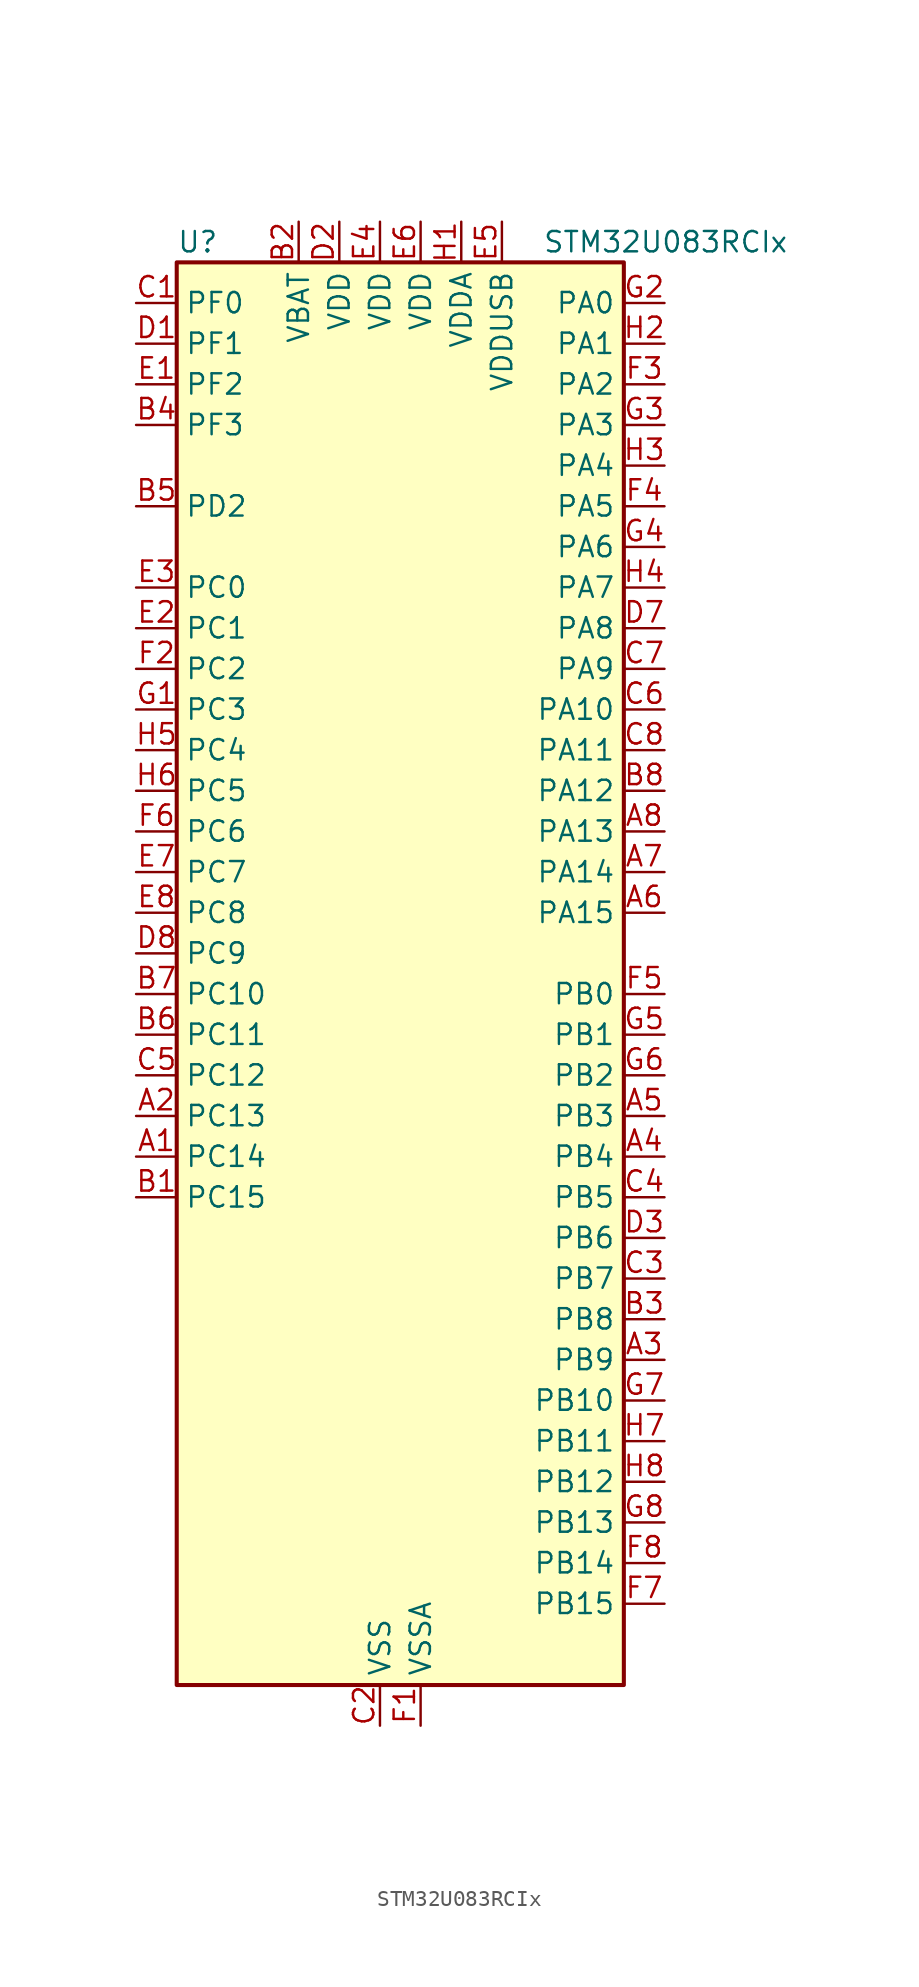
<source format=kicad_sym>
(kicad_symbol_lib
  (version 20231120)
  (generator "kicad_symbol_editor")
  (generator_version "8.99")
  (symbol "STM32U083RCIx"
    (property "Reference" "U"
      (at -12.7 46.99 0)
      (effects (font (size 1.27 1.27)) (justify left)))
    (property "Value" "STM32U083RCIx"
      (at 10.16 46.99 0)
      (effects (font (size 1.27 1.27)) (justify left)))
    (property "ki_locked" ""
      (at 0 0 0)
      (effects (font (size 1.27 1.27))))
    (symbol "STM32U083RCIx_0_1"
      (rectangle (start -12.7 -43.18) (end 15.24 45.72) (stroke (width 0.254) (type default)) (fill (type background))))
    (symbol "STM32U083RCIx_1_1"
      (pin bidirectional line (at -15.24 -10.16 0) (length 2.54) (name "PC14" (effects (font (size 1.27 1.27)))) (number "A1" (effects (font (size 1.27 1.27)))) (alternate "RCC_OSC32_IN" bidirectional line))
      (pin bidirectional line (at -15.24 -7.62 0) (length 2.54) (name "PC13" (effects (font (size 1.27 1.27)))) (number "A2" (effects (font (size 1.27 1.27)))) (alternate "LPTIM1_CH3" bidirectional line) (alternate "LPTIM3_CH3" bidirectional line) (alternate "PWR_WKUP2" bidirectional line) (alternate "RTC_OUT1" bidirectional line) (alternate "RTC_TS" bidirectional line) (alternate "TAMP_IN1" bidirectional line))
      (pin bidirectional line (at 17.78 -22.86 180) (length 2.54) (name "PB9" (effects (font (size 1.27 1.27)))) (number "A3" (effects (font (size 1.27 1.27)))) (alternate "DAC1_EXTI9" bidirectional line) (alternate "I2C1_SDA" bidirectional line) (alternate "I2C2_SDA" bidirectional line) (alternate "IR_OUT" bidirectional line) (alternate "LCD_COM3" bidirectional line) (alternate "LPTIM1_CH4" bidirectional line) (alternate "LPTIM3_CH4" bidirectional line) (alternate "SPI2_NSS" bidirectional line) (alternate "USART3_RX" bidirectional line))
      (pin bidirectional line (at 17.78 -10.16 180) (length 2.54) (name "PB4" (effects (font (size 1.27 1.27)))) (number "A4" (effects (font (size 1.27 1.27)))) (alternate "COMP2_INP" bidirectional line) (alternate "I2C2_SDA" bidirectional line) (alternate "I2C3_SDA" bidirectional line) (alternate "LCD_SEG8" bidirectional line) (alternate "LPTIM1_CH4" bidirectional line) (alternate "LPUART3_DE" bidirectional line) (alternate "LPUART3_RTS" bidirectional line) (alternate "SPI1_MISO" bidirectional line) (alternate "SPI3_MISO" bidirectional line) (alternate "TIM3_CH1" bidirectional line) (alternate "TSC_G2_IO1" bidirectional line) (alternate "USART1_CTS" bidirectional line))
      (pin bidirectional line (at 17.78 -7.62 180) (length 2.54) (name "PB3" (effects (font (size 1.27 1.27)))) (number "A5" (effects (font (size 1.27 1.27)))) (alternate "COMP2_INM" bidirectional line) (alternate "DEBUG_JTDO-SWO" bidirectional line) (alternate "I2C2_SCL" bidirectional line) (alternate "I2C3_SCL" bidirectional line) (alternate "LCD_SEG7" bidirectional line) (alternate "LPTIM1_CH3" bidirectional line) (alternate "SPI1_SCK" bidirectional line) (alternate "SPI3_SCK" bidirectional line) (alternate "TIM2_CH2" bidirectional line) (alternate "USART1_DE" bidirectional line) (alternate "USART1_RTS" bidirectional line))
      (pin bidirectional line (at 17.78 5.08 180) (length 2.54) (name "PA15" (effects (font (size 1.27 1.27)))) (number "A6" (effects (font (size 1.27 1.27)))) (alternate "DEBUG_JTDI" bidirectional line) (alternate "LCD_SEG17" bidirectional line) (alternate "LPTIM3_CH3" bidirectional line) (alternate "LPTIM3_IN2" bidirectional line) (alternate "SPI1_NSS" bidirectional line) (alternate "SPI3_NSS" bidirectional line) (alternate "TIM2_CH1" bidirectional line) (alternate "TIM2_ETR" bidirectional line) (alternate "TSC_G3_IO1" bidirectional line) (alternate "USART2_RX" bidirectional line) (alternate "USART3_DE" bidirectional line) (alternate "USART3_RTS" bidirectional line) (alternate "USART4_DE" bidirectional line) (alternate "USART4_RTS" bidirectional line))
      (pin bidirectional line (at 17.78 7.62 180) (length 2.54) (name "PA14" (effects (font (size 1.27 1.27)))) (number "A7" (effects (font (size 1.27 1.27)))) (alternate "DEBUG_JTCK-SWCLK" bidirectional line) (alternate "LCD_SEG41" bidirectional line) (alternate "LPTIM1_CH1" bidirectional line) (alternate "TSC_G3_IO4" bidirectional line))
      (pin bidirectional line (at 17.78 10.16 180) (length 2.54) (name "PA13" (effects (font (size 1.27 1.27)))) (number "A8" (effects (font (size 1.27 1.27)))) (alternate "DEBUG_JTMS-SWDIO" bidirectional line) (alternate "IR_OUT" bidirectional line) (alternate "LCD_SEG40" bidirectional line) (alternate "TSC_G7_IO4" bidirectional line) (alternate "USB_NOE" bidirectional line))
      (pin bidirectional line (at -15.24 -12.7 0) (length 2.54) (name "PC15" (effects (font (size 1.27 1.27)))) (number "B1" (effects (font (size 1.27 1.27)))) (alternate "RCC_OSC32_EN" bidirectional line) (alternate "RCC_OSC32_OUT" bidirectional line) (alternate "RCC_OSC_EN" bidirectional line))
      (pin power_in line (at -5.08 48.26 270) (length 2.54) (name "VBAT" (effects (font (size 1.27 1.27)))) (number "B2" (effects (font (size 1.27 1.27)))))
      (pin bidirectional line (at 17.78 -20.32 180) (length 2.54) (name "PB8" (effects (font (size 1.27 1.27)))) (number "B3" (effects (font (size 1.27 1.27)))) (alternate "I2C1_SCL" bidirectional line) (alternate "I2C2_SCL" bidirectional line) (alternate "LCD_SEG16" bidirectional line) (alternate "LPTIM1_IN2" bidirectional line) (alternate "LPTIM3_IN2" bidirectional line) (alternate "TIM16_CH1" bidirectional line) (alternate "USART3_TX" bidirectional line))
      (pin bidirectional line (at -15.24 35.56 0) (length 2.54) (name "PF3" (effects (font (size 1.27 1.27)))) (number "B4" (effects (font (size 1.27 1.27)))))
      (pin bidirectional line (at -15.24 30.48 0) (length 2.54) (name "PD2" (effects (font (size 1.27 1.27)))) (number "B5" (effects (font (size 1.27 1.27)))) (alternate "LCD_COM7" bidirectional line) (alternate "LCD_SEG31" bidirectional line) (alternate "LCD_SEG51" bidirectional line) (alternate "TIM3_ETR" bidirectional line) (alternate "TSC_SYNC" bidirectional line) (alternate "USART3_DE" bidirectional line) (alternate "USART3_RTS" bidirectional line))
      (pin bidirectional line (at -15.24 -2.54 0) (length 2.54) (name "PC11" (effects (font (size 1.27 1.27)))) (number "B6" (effects (font (size 1.27 1.27)))) (alternate "ADC1_EXTI11" bidirectional line) (alternate "LCD_COM5" bidirectional line) (alternate "LCD_SEG29" bidirectional line) (alternate "LCD_SEG49" bidirectional line) (alternate "LPTIM3_IN1" bidirectional line) (alternate "SPI3_MISO" bidirectional line) (alternate "TSC_G3_IO3" bidirectional line) (alternate "USART3_RX" bidirectional line) (alternate "USART4_RX" bidirectional line))
      (pin bidirectional line (at -15.24 0 0) (length 2.54) (name "PC10" (effects (font (size 1.27 1.27)))) (number "B7" (effects (font (size 1.27 1.27)))) (alternate "LCD_COM4" bidirectional line) (alternate "LCD_SEG28" bidirectional line) (alternate "LCD_SEG48" bidirectional line) (alternate "LPTIM3_ETR" bidirectional line) (alternate "SPI3_SCK" bidirectional line) (alternate "TSC_G3_IO2" bidirectional line) (alternate "USART3_TX" bidirectional line) (alternate "USART4_TX" bidirectional line))
      (pin bidirectional line (at 17.78 12.7 180) (length 2.54) (name "PA12" (effects (font (size 1.27 1.27)))) (number "B8" (effects (font (size 1.27 1.27)))) (alternate "SPI1_MOSI" bidirectional line) (alternate "SPI2_MOSI" bidirectional line) (alternate "TIM1_ETR" bidirectional line) (alternate "USART1_DE" bidirectional line) (alternate "USART1_RTS" bidirectional line) (alternate "USB_DP" bidirectional line))
      (pin bidirectional line (at -15.24 43.18 0) (length 2.54) (name "PF0" (effects (font (size 1.27 1.27)))) (number "C1" (effects (font (size 1.27 1.27)))) (alternate "RCC_OSC_IN" bidirectional line))
      (pin power_in line (at 0 -45.72 90) (length 2.54) (name "VSS" (effects (font (size 1.27 1.27)))) (number "C2" (effects (font (size 1.27 1.27)))))
      (pin bidirectional line (at 17.78 -17.78 180) (length 2.54) (name "PB7" (effects (font (size 1.27 1.27)))) (number "C3" (effects (font (size 1.27 1.27)))) (alternate "COMP2_INM" bidirectional line) (alternate "I2C1_SDA" bidirectional line) (alternate "I2C2_SDA" bidirectional line) (alternate "I2C4_SDA" bidirectional line) (alternate "LCD_SEG21" bidirectional line) (alternate "LPTIM1_IN2" bidirectional line) (alternate "LPUART2_RX" bidirectional line) (alternate "LPUART3_RX" bidirectional line) (alternate "PWR_PVD_IN" bidirectional line) (alternate "TSC_G2_IO4" bidirectional line) (alternate "USART1_RX" bidirectional line) (alternate "USART4_CTS" bidirectional line))
      (pin bidirectional line (at 17.78 -12.7 180) (length 2.54) (name "PB5" (effects (font (size 1.27 1.27)))) (number "C4" (effects (font (size 1.27 1.27)))) (alternate "COMP2_OUT" bidirectional line) (alternate "LCD_SEG9" bidirectional line) (alternate "LPTIM1_IN1" bidirectional line) (alternate "LPUART3_CTS" bidirectional line) (alternate "SPI1_MOSI" bidirectional line) (alternate "SPI3_MOSI" bidirectional line) (alternate "TIM16_BKIN" bidirectional line) (alternate "TIM3_CH2" bidirectional line) (alternate "TSC_G2_IO2" bidirectional line) (alternate "USART1_CK" bidirectional line))
      (pin bidirectional line (at -15.24 -5.08 0) (length 2.54) (name "PC12" (effects (font (size 1.27 1.27)))) (number "C5" (effects (font (size 1.27 1.27)))) (alternate "LCD_COM6" bidirectional line) (alternate "LCD_SEG30" bidirectional line) (alternate "LCD_SEG50" bidirectional line) (alternate "LPTIM3_CH3" bidirectional line) (alternate "SPI3_MOSI" bidirectional line) (alternate "USART3_CK" bidirectional line) (alternate "USART4_CK" bidirectional line))
      (pin bidirectional line (at 17.78 17.78 180) (length 2.54) (name "PA10" (effects (font (size 1.27 1.27)))) (number "C6" (effects (font (size 1.27 1.27)))) (alternate "CRS_SYNC" bidirectional line) (alternate "I2C1_SDA" bidirectional line) (alternate "I2C2_SDA" bidirectional line) (alternate "LCD_COM2" bidirectional line) (alternate "RCC_MCO2" bidirectional line) (alternate "SPI2_NSS" bidirectional line) (alternate "TIM1_CH3" bidirectional line) (alternate "TSC_G7_IO3" bidirectional line) (alternate "USART1_RX" bidirectional line))
      (pin bidirectional line (at 17.78 20.32 180) (length 2.54) (name "PA9" (effects (font (size 1.27 1.27)))) (number "C7" (effects (font (size 1.27 1.27)))) (alternate "COMP1_INP" bidirectional line) (alternate "DAC1_EXTI9" bidirectional line) (alternate "I2C1_SCL" bidirectional line) (alternate "I2C2_SCL" bidirectional line) (alternate "LCD_COM1" bidirectional line) (alternate "RCC_MCO" bidirectional line) (alternate "TIM15_BKIN" bidirectional line) (alternate "TIM1_CH2" bidirectional line) (alternate "TSC_G7_IO2" bidirectional line) (alternate "USART1_TX" bidirectional line))
      (pin bidirectional line (at 17.78 15.24 180) (length 2.54) (name "PA11" (effects (font (size 1.27 1.27)))) (number "C8" (effects (font (size 1.27 1.27)))) (alternate "ADC1_EXTI11" bidirectional line) (alternate "COMP1_OUT" bidirectional line) (alternate "SPI1_MISO" bidirectional line) (alternate "SPI2_MISO" bidirectional line) (alternate "TIM1_BKIN2" bidirectional line) (alternate "TIM1_CH4" bidirectional line) (alternate "USART1_CTS" bidirectional line) (alternate "USB_DM" bidirectional line))
      (pin bidirectional line (at -15.24 40.64 0) (length 2.54) (name "PF1" (effects (font (size 1.27 1.27)))) (number "D1" (effects (font (size 1.27 1.27)))) (alternate "RCC_OSC_EN" bidirectional line) (alternate "RCC_OSC_OUT" bidirectional line))
      (pin power_in line (at -2.54 48.26 270) (length 2.54) (name "VDD" (effects (font (size 1.27 1.27)))) (number "D2" (effects (font (size 1.27 1.27)))))
      (pin bidirectional line (at 17.78 -15.24 180) (length 2.54) (name "PB6" (effects (font (size 1.27 1.27)))) (number "D3" (effects (font (size 1.27 1.27)))) (alternate "COMP2_INP" bidirectional line) (alternate "I2C1_SCL" bidirectional line) (alternate "I2C2_SCL" bidirectional line) (alternate "I2C4_SCL" bidirectional line) (alternate "LPTIM1_ETR" bidirectional line) (alternate "LPUART2_TX" bidirectional line) (alternate "LPUART3_TX" bidirectional line) (alternate "TIM16_CH1N" bidirectional line) (alternate "TSC_G2_IO3" bidirectional line) (alternate "USART1_TX" bidirectional line))
      (pin passive line (at 0 -45.72 90) (length 2.54) hide (name "VSS" (effects (font (size 1.27 1.27)))) (number "D4" (effects (font (size 1.27 1.27)))))
      (pin passive line (at 0 -45.72 90) (length 2.54) hide (name "VSS" (effects (font (size 1.27 1.27)))) (number "D5" (effects (font (size 1.27 1.27)))))
      (pin passive line (at 0 -45.72 90) (length 2.54) hide (name "VSS" (effects (font (size 1.27 1.27)))) (number "D6" (effects (font (size 1.27 1.27)))))
      (pin bidirectional line (at 17.78 22.86 180) (length 2.54) (name "PA8" (effects (font (size 1.27 1.27)))) (number "D7" (effects (font (size 1.27 1.27)))) (alternate "LCD_COM0" bidirectional line) (alternate "LPTIM2_CH1" bidirectional line) (alternate "RCC_MCO" bidirectional line) (alternate "RCC_MCO2" bidirectional line) (alternate "TIM1_CH1" bidirectional line) (alternate "TSC_G7_IO1" bidirectional line) (alternate "USART1_CK" bidirectional line))
      (pin bidirectional line (at -15.24 2.54 0) (length 2.54) (name "PC9" (effects (font (size 1.27 1.27)))) (number "D8" (effects (font (size 1.27 1.27)))) (alternate "DAC1_EXTI9" bidirectional line) (alternate "LCD_SEG27" bidirectional line) (alternate "LPTIM3_CH2" bidirectional line) (alternate "TIM3_CH4" bidirectional line) (alternate "TSC_G4_IO4" bidirectional line) (alternate "USB_NOE" bidirectional line))
      (pin bidirectional line (at -15.24 38.1 0) (length 2.54) (name "PF2" (effects (font (size 1.27 1.27)))) (number "E1" (effects (font (size 1.27 1.27)))) (alternate "RCC_MCO" bidirectional line))
      (pin bidirectional line (at -15.24 22.86 0) (length 2.54) (name "PC1" (effects (font (size 1.27 1.27)))) (number "E2" (effects (font (size 1.27 1.27)))) (alternate "ADC1_IN1" bidirectional line) (alternate "I2C3_SDA" bidirectional line) (alternate "I2C4_SDA" bidirectional line) (alternate "LCD_BIAS2" bidirectional line) (alternate "LCD_SEG19" bidirectional line) (alternate "LPTIM1_CH1" bidirectional line) (alternate "LPUART1_TX" bidirectional line) (alternate "LPUART2_RX" bidirectional line))
      (pin bidirectional line (at -15.24 25.4 0) (length 2.54) (name "PC0" (effects (font (size 1.27 1.27)))) (number "E3" (effects (font (size 1.27 1.27)))) (alternate "ADC1_IN0" bidirectional line) (alternate "I2C3_SCL" bidirectional line) (alternate "I2C4_SCL" bidirectional line) (alternate "LCD_BIAS1" bidirectional line) (alternate "LCD_SEG18" bidirectional line) (alternate "LPTIM1_IN1" bidirectional line) (alternate "LPTIM2_IN1" bidirectional line) (alternate "LPUART1_RX" bidirectional line) (alternate "LPUART2_TX" bidirectional line))
      (pin power_in line (at 0 48.26 270) (length 2.54) (name "VDD" (effects (font (size 1.27 1.27)))) (number "E4" (effects (font (size 1.27 1.27)))))
      (pin power_in line (at 7.62 48.26 270) (length 2.54) (name "VDDUSB" (effects (font (size 1.27 1.27)))) (number "E5" (effects (font (size 1.27 1.27)))))
      (pin power_in line (at 2.54 48.26 270) (length 2.54) (name "VDD" (effects (font (size 1.27 1.27)))) (number "E6" (effects (font (size 1.27 1.27)))))
      (pin bidirectional line (at -15.24 7.62 0) (length 2.54) (name "PC7" (effects (font (size 1.27 1.27)))) (number "E7" (effects (font (size 1.27 1.27)))) (alternate "LCD_SEG25" bidirectional line) (alternate "LPTIM2_CH2" bidirectional line) (alternate "LPTIM3_CH4" bidirectional line) (alternate "LPUART2_RX" bidirectional line) (alternate "TIM3_CH2" bidirectional line) (alternate "TSC_G4_IO2" bidirectional line))
      (pin bidirectional line (at -15.24 5.08 0) (length 2.54) (name "PC8" (effects (font (size 1.27 1.27)))) (number "E8" (effects (font (size 1.27 1.27)))) (alternate "LCD_SEG26" bidirectional line) (alternate "LPTIM3_CH1" bidirectional line) (alternate "TIM3_CH3" bidirectional line) (alternate "TSC_G4_IO3" bidirectional line))
      (pin power_in line (at 2.54 -45.72 90) (length 2.54) (name "VSSA" (effects (font (size 1.27 1.27)))) (number "F1" (effects (font (size 1.27 1.27)))))
      (pin bidirectional line (at -15.24 20.32 0) (length 2.54) (name "PC2" (effects (font (size 1.27 1.27)))) (number "F2" (effects (font (size 1.27 1.27)))) (alternate "ADC1_IN2" bidirectional line) (alternate "LCD_BIAS3" bidirectional line) (alternate "LCD_SEG20" bidirectional line) (alternate "LPTIM1_IN2" bidirectional line) (alternate "RCC_MCO2" bidirectional line) (alternate "SPI2_MISO" bidirectional line))
      (pin bidirectional line (at 17.78 38.1 180) (length 2.54) (name "PA2" (effects (font (size 1.27 1.27)))) (number "F3" (effects (font (size 1.27 1.27)))) (alternate "ADC1_IN6" bidirectional line) (alternate "COMP2_INM" bidirectional line) (alternate "COMP2_OUT" bidirectional line) (alternate "LCD_SEG1" bidirectional line) (alternate "LPUART1_TX" bidirectional line) (alternate "PWR_WKUP4" bidirectional line) (alternate "RCC_LSCO" bidirectional line) (alternate "TIM15_CH1" bidirectional line) (alternate "TIM2_CH3" bidirectional line) (alternate "USART2_TX" bidirectional line))
      (pin bidirectional line (at 17.78 30.48 180) (length 2.54) (name "PA5" (effects (font (size 1.27 1.27)))) (number "F4" (effects (font (size 1.27 1.27)))) (alternate "ADC1_IN9" bidirectional line) (alternate "COMP1_INM" bidirectional line) (alternate "COMP2_INM" bidirectional line) (alternate "LCD_SEG44" bidirectional line) (alternate "LPTIM2_ETR" bidirectional line) (alternate "LPUART3_RX" bidirectional line) (alternate "SPI1_SCK" bidirectional line) (alternate "TIM2_CH1" bidirectional line) (alternate "TIM2_ETR" bidirectional line) (alternate "USART3_TX" bidirectional line))
      (pin bidirectional line (at 17.78 0 180) (length 2.54) (name "PB0" (effects (font (size 1.27 1.27)))) (number "F5" (effects (font (size 1.27 1.27)))) (alternate "ADC1_IN17" bidirectional line) (alternate "COMP1_OUT" bidirectional line) (alternate "LCD_SEG5" bidirectional line) (alternate "LPTIM3_CH1" bidirectional line) (alternate "LPUART2_CTS" bidirectional line) (alternate "SPI1_NSS" bidirectional line) (alternate "TIM1_CH2N" bidirectional line) (alternate "TIM3_CH3" bidirectional line) (alternate "TSC_G5_IO2" bidirectional line) (alternate "USART3_CK" bidirectional line))
      (pin bidirectional line (at -15.24 10.16 0) (length 2.54) (name "PC6" (effects (font (size 1.27 1.27)))) (number "F6" (effects (font (size 1.27 1.27)))) (alternate "COMP1_INP" bidirectional line) (alternate "LCD_SEG24" bidirectional line) (alternate "LPUART2_TX" bidirectional line) (alternate "TIM3_CH1" bidirectional line) (alternate "TSC_G4_IO1" bidirectional line))
      (pin bidirectional line (at 17.78 -38.1 180) (length 2.54) (name "PB15" (effects (font (size 1.27 1.27)))) (number "F7" (effects (font (size 1.27 1.27)))) (alternate "LCD_SEG15" bidirectional line) (alternate "PWR_WKUP7" bidirectional line) (alternate "RTC_REFIN" bidirectional line) (alternate "SPI2_MOSI" bidirectional line) (alternate "TAMP_IN3" bidirectional line) (alternate "TIM15_CH2" bidirectional line) (alternate "TIM1_CH3N" bidirectional line) (alternate "TSC_G1_IO4" bidirectional line))
      (pin bidirectional line (at 17.78 -35.56 180) (length 2.54) (name "PB14" (effects (font (size 1.27 1.27)))) (number "F8" (effects (font (size 1.27 1.27)))) (alternate "I2C2_SDA" bidirectional line) (alternate "LCD_SEG14" bidirectional line) (alternate "LPTIM3_ETR" bidirectional line) (alternate "SPI2_MISO" bidirectional line) (alternate "TIM15_CH1" bidirectional line) (alternate "TIM1_CH2N" bidirectional line) (alternate "TSC_G1_IO3" bidirectional line) (alternate "USART3_DE" bidirectional line) (alternate "USART3_RTS" bidirectional line))
      (pin bidirectional line (at -15.24 17.78 0) (length 2.54) (name "PC3" (effects (font (size 1.27 1.27)))) (number "G1" (effects (font (size 1.27 1.27)))) (alternate "ADC1_IN3" bidirectional line) (alternate "LPTIM1_ETR" bidirectional line) (alternate "LPTIM2_ETR" bidirectional line) (alternate "LPTIM3_CH1" bidirectional line) (alternate "SPI2_MOSI" bidirectional line) (alternate "USART4_CK" bidirectional line))
      (pin bidirectional line (at 17.78 43.18 180) (length 2.54) (name "PA0" (effects (font (size 1.27 1.27)))) (number "G2" (effects (font (size 1.27 1.27)))) (alternate "ADC1_IN4" bidirectional line) (alternate "COMP1_INM" bidirectional line) (alternate "COMP1_OUT" bidirectional line) (alternate "LCD_SEG42" bidirectional line) (alternate "OPAMP1_VINP" bidirectional line) (alternate "PWR_WKUP1" bidirectional line) (alternate "TAMP_IN2" bidirectional line) (alternate "TIM2_CH1" bidirectional line) (alternate "TIM2_ETR" bidirectional line) (alternate "USART2_CTS" bidirectional line) (alternate "USART4_TX" bidirectional line))
      (pin bidirectional line (at 17.78 35.56 180) (length 2.54) (name "PA3" (effects (font (size 1.27 1.27)))) (number "G3" (effects (font (size 1.27 1.27)))) (alternate "ADC1_IN7" bidirectional line) (alternate "COMP2_INP" bidirectional line) (alternate "LCD_SEG2" bidirectional line) (alternate "LPUART1_RX" bidirectional line) (alternate "OPAMP1_VOUT" bidirectional line) (alternate "TIM15_CH2" bidirectional line) (alternate "TIM2_CH4" bidirectional line) (alternate "USART2_RX" bidirectional line))
      (pin bidirectional line (at 17.78 27.94 180) (length 2.54) (name "PA6" (effects (font (size 1.27 1.27)))) (number "G4" (effects (font (size 1.27 1.27)))) (alternate "ADC1_IN10" bidirectional line) (alternate "COMP1_OUT" bidirectional line) (alternate "I2C2_SDA" bidirectional line) (alternate "I2C3_SDA" bidirectional line) (alternate "LCD_SEG3" bidirectional line) (alternate "LPUART1_CTS" bidirectional line) (alternate "SPI1_MISO" bidirectional line) (alternate "TIM16_CH1" bidirectional line) (alternate "TIM1_BKIN" bidirectional line) (alternate "TIM3_CH1" bidirectional line) (alternate "TSC_G5_IO1" bidirectional line) (alternate "USART3_CTS" bidirectional line))
      (pin bidirectional line (at 17.78 -2.54 180) (length 2.54) (name "PB1" (effects (font (size 1.27 1.27)))) (number "G5" (effects (font (size 1.27 1.27)))) (alternate "ADC1_IN18" bidirectional line) (alternate "COMP1_INM" bidirectional line) (alternate "LCD_SEG6" bidirectional line) (alternate "LPTIM2_IN1" bidirectional line) (alternate "LPTIM3_CH2" bidirectional line) (alternate "LPUART1_DE" bidirectional line) (alternate "LPUART1_RTS" bidirectional line) (alternate "LPUART2_DE" bidirectional line) (alternate "LPUART2_RTS" bidirectional line) (alternate "TIM1_CH3N" bidirectional line) (alternate "TIM3_CH4" bidirectional line) (alternate "TSC_SYNC" bidirectional line) (alternate "USART3_DE" bidirectional line) (alternate "USART3_RTS" bidirectional line))
      (pin bidirectional line (at 17.78 -5.08 180) (length 2.54) (name "PB2" (effects (font (size 1.27 1.27)))) (number "G6" (effects (font (size 1.27 1.27)))) (alternate "COMP1_INP" bidirectional line) (alternate "LPTIM1_CH1" bidirectional line) (alternate "RTC_OUT2" bidirectional line))
      (pin bidirectional line (at 17.78 -25.4 180) (length 2.54) (name "PB10" (effects (font (size 1.27 1.27)))) (number "G7" (effects (font (size 1.27 1.27)))) (alternate "COMP1_OUT" bidirectional line) (alternate "I2C2_SCL" bidirectional line) (alternate "I2C4_SCL" bidirectional line) (alternate "LCD_SEG10" bidirectional line) (alternate "LPTIM3_CH1" bidirectional line) (alternate "LPUART1_RX" bidirectional line) (alternate "LPUART2_RX" bidirectional line) (alternate "SPI2_SCK" bidirectional line) (alternate "TIM2_CH3" bidirectional line) (alternate "TSC_G5_IO3" bidirectional line) (alternate "USART3_TX" bidirectional line))
      (pin bidirectional line (at 17.78 -33.02 180) (length 2.54) (name "PB13" (effects (font (size 1.27 1.27)))) (number "G8" (effects (font (size 1.27 1.27)))) (alternate "I2C2_SCL" bidirectional line) (alternate "LCD_SEG13" bidirectional line) (alternate "LPTIM3_IN1" bidirectional line) (alternate "LPUART1_CTS" bidirectional line) (alternate "SPI2_SCK" bidirectional line) (alternate "TIM15_CH1N" bidirectional line) (alternate "TIM1_CH1N" bidirectional line) (alternate "TSC_G1_IO2" bidirectional line) (alternate "USART3_CTS" bidirectional line))
      (pin power_in line (at 5.08 48.26 270) (length 2.54) (name "VDDA" (effects (font (size 1.27 1.27)))) (number "H1" (effects (font (size 1.27 1.27)))))
      (pin bidirectional line (at 17.78 40.64 180) (length 2.54) (name "PA1" (effects (font (size 1.27 1.27)))) (number "H2" (effects (font (size 1.27 1.27)))) (alternate "ADC1_IN5" bidirectional line) (alternate "COMP1_INP" bidirectional line) (alternate "LCD_SEG0" bidirectional line) (alternate "LPTIM1_CH2" bidirectional line) (alternate "OPAMP1_VINM" bidirectional line) (alternate "PWR_WKUP3" bidirectional line) (alternate "SPI1_SCK" bidirectional line) (alternate "SPI2_SCK" bidirectional line) (alternate "TAMP_IN5" bidirectional line) (alternate "TIM15_CH1N" bidirectional line) (alternate "TIM2_CH2" bidirectional line) (alternate "USART2_DE" bidirectional line) (alternate "USART2_RTS" bidirectional line) (alternate "USART4_RX" bidirectional line))
      (pin bidirectional line (at 17.78 33.02 180) (length 2.54) (name "PA4" (effects (font (size 1.27 1.27)))) (number "H3" (effects (font (size 1.27 1.27)))) (alternate "ADC1_IN8" bidirectional line) (alternate "COMP1_INM" bidirectional line) (alternate "COMP2_INM" bidirectional line) (alternate "DAC1_OUT1" bidirectional line) (alternate "LCD_SEG43" bidirectional line) (alternate "LPTIM2_CH1" bidirectional line) (alternate "LPUART3_TX" bidirectional line) (alternate "SPI1_NSS" bidirectional line) (alternate "SPI3_NSS" bidirectional line) (alternate "USART2_CK" bidirectional line))
      (pin bidirectional line (at 17.78 25.4 180) (length 2.54) (name "PA7" (effects (font (size 1.27 1.27)))) (number "H4" (effects (font (size 1.27 1.27)))) (alternate "ADC1_IN14" bidirectional line) (alternate "COMP2_OUT" bidirectional line) (alternate "I2C2_SCL" bidirectional line) (alternate "I2C3_SCL" bidirectional line) (alternate "LCD_SEG4" bidirectional line) (alternate "LPTIM2_CH2" bidirectional line) (alternate "SPI1_MOSI" bidirectional line) (alternate "TIM1_CH1N" bidirectional line) (alternate "TIM3_CH2" bidirectional line) (alternate "USART3_RX" bidirectional line))
      (pin bidirectional line (at -15.24 15.24 0) (length 2.54) (name "PC4" (effects (font (size 1.27 1.27)))) (number "H5" (effects (font (size 1.27 1.27)))) (alternate "ADC1_IN15" bidirectional line) (alternate "COMP1_INM" bidirectional line) (alternate "LCD_SEG22" bidirectional line) (alternate "LPUART3_TX" bidirectional line) (alternate "USART3_TX" bidirectional line))
      (pin bidirectional line (at -15.24 12.7 0) (length 2.54) (name "PC5" (effects (font (size 1.27 1.27)))) (number "H6" (effects (font (size 1.27 1.27)))) (alternate "ADC1_IN16" bidirectional line) (alternate "COMP1_INP" bidirectional line) (alternate "LCD_SEG23" bidirectional line) (alternate "LPTIM3_CH3" bidirectional line) (alternate "LPUART3_RX" bidirectional line) (alternate "PWR_WKUP5" bidirectional line) (alternate "TAMP_IN4" bidirectional line) (alternate "USART3_RX" bidirectional line))
      (pin bidirectional line (at 17.78 -27.94 180) (length 2.54) (name "PB11" (effects (font (size 1.27 1.27)))) (number "H7" (effects (font (size 1.27 1.27)))) (alternate "ADC1_EXTI11" bidirectional line) (alternate "COMP2_OUT" bidirectional line) (alternate "I2C2_SDA" bidirectional line) (alternate "I2C4_SDA" bidirectional line) (alternate "LCD_SEG11" bidirectional line) (alternate "LPUART1_TX" bidirectional line) (alternate "LPUART2_TX" bidirectional line) (alternate "TIM2_CH4" bidirectional line) (alternate "TSC_G5_IO4" bidirectional line) (alternate "USART3_RX" bidirectional line))
      (pin bidirectional line (at 17.78 -30.48 180) (length 2.54) (name "PB12" (effects (font (size 1.27 1.27)))) (number "H8" (effects (font (size 1.27 1.27)))) (alternate "LCD_SEG12" bidirectional line) (alternate "LPUART1_DE" bidirectional line) (alternate "LPUART1_RTS" bidirectional line) (alternate "SPI2_NSS" bidirectional line) (alternate "TIM15_BKIN" bidirectional line) (alternate "TIM1_BKIN" bidirectional line) (alternate "TSC_G1_IO1" bidirectional line) (alternate "USART3_CK" bidirectional line)))))
</source>
